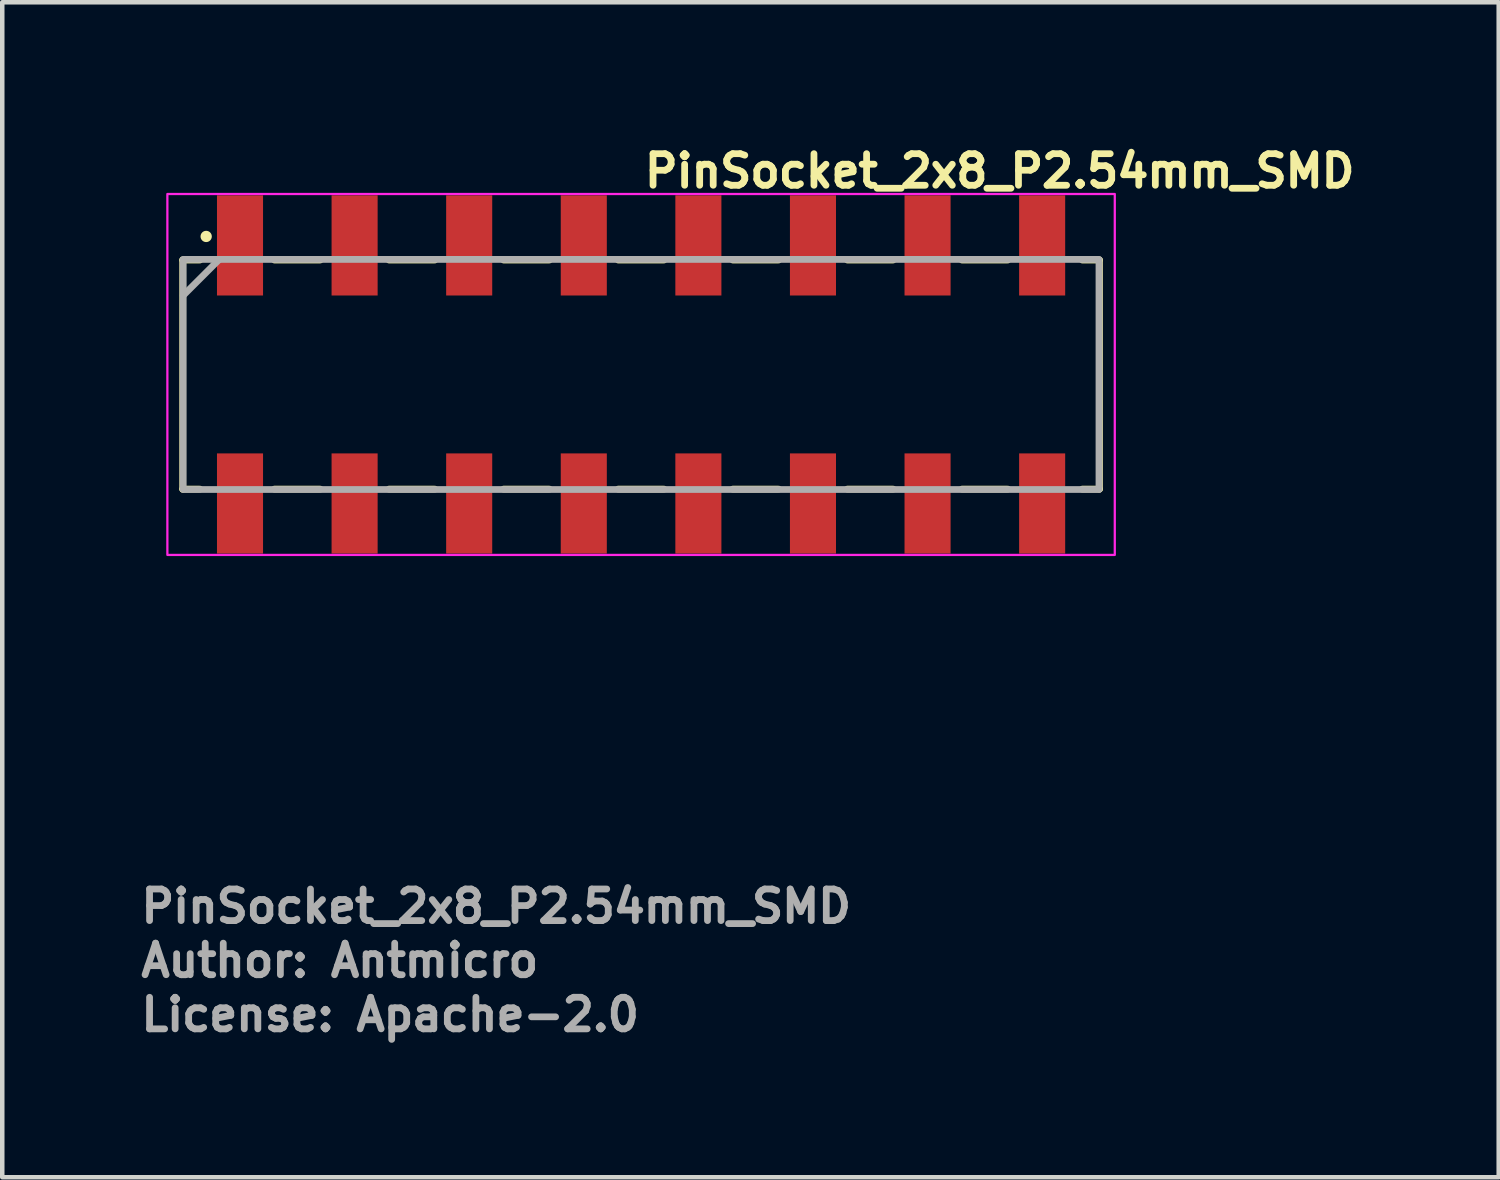
<source format=kicad_pcb>
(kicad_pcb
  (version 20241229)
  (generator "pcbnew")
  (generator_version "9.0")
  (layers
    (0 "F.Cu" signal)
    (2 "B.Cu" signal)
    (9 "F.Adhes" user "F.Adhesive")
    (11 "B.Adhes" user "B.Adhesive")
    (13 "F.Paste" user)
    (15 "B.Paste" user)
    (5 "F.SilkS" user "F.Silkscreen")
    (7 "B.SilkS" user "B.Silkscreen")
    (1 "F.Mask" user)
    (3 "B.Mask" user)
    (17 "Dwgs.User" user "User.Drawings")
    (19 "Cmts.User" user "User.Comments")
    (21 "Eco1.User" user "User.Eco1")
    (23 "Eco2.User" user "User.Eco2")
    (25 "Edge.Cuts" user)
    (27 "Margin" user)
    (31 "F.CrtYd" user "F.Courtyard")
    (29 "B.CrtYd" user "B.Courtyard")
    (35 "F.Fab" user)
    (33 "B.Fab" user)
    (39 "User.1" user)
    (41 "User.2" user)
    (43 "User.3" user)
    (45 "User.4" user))
  (footprint "PinSocket_2x8_P2.54mm_SMD"
    (layer "F.Cu")
    (at 11.16 5.25)
    (property "Reference" "PinSocket_2x8_P2.54mm_SMD" (at 0 -4.1 0) (unlocked yes) (layer "F.SilkS") (effects (font (size 0.7 0.7) (thickness 0.15)) (justify left bottom)))
    (attr smd)
    (fp_line (start -10.16 -2.537) (end -9.779 -2.537) (stroke (width 0.15) (type solid)) (layer "F.SilkS"))
    (fp_line (start -10.16 2.542) (end -10.16 -2.537) (stroke (width 0.15) (type solid)) (layer "F.SilkS"))
    (fp_line (start -10.16 2.542) (end -9.779 2.542) (stroke (width 0.15) (type solid)) (layer "F.SilkS"))
    (fp_line (start -8.128 -2.537) (end -7.112 -2.537) (stroke (width 0.15) (type solid)) (layer "F.SilkS"))
    (fp_line (start -8.128 2.542) (end -7.112 2.542) (stroke (width 0.15) (type solid)) (layer "F.SilkS"))
    (fp_line (start -5.588 -2.537) (end -4.572 -2.537) (stroke (width 0.15) (type solid)) (layer "F.SilkS"))
    (fp_line (start -5.588 2.542) (end -4.572 2.542) (stroke (width 0.15) (type solid)) (layer "F.SilkS"))
    (fp_line (start -3.048 -2.537) (end -2.032 -2.537) (stroke (width 0.15) (type solid)) (layer "F.SilkS"))
    (fp_line (start -3.048 2.542) (end -2.032 2.542) (stroke (width 0.15) (type solid)) (layer "F.SilkS"))
    (fp_line (start -0.508 -2.537) (end 0.508 -2.537) (stroke (width 0.15) (type solid)) (layer "F.SilkS"))
    (fp_line (start -0.508 2.542) (end 0.508 2.542) (stroke (width 0.15) (type solid)) (layer "F.SilkS"))
    (fp_line (start 2.032 -2.537) (end 3.048 -2.537) (stroke (width 0.15) (type solid)) (layer "F.SilkS"))
    (fp_line (start 2.032 2.542) (end 3.048 2.542) (stroke (width 0.15) (type solid)) (layer "F.SilkS"))
    (fp_line (start 4.572 -2.537) (end 5.588 -2.537) (stroke (width 0.15) (type solid)) (layer "F.SilkS"))
    (fp_line (start 4.572 2.542) (end 5.588 2.542) (stroke (width 0.15) (type solid)) (layer "F.SilkS"))
    (fp_line (start 7.112 -2.537) (end 8.128 -2.537) (stroke (width 0.15) (type solid)) (layer "F.SilkS"))
    (fp_line (start 7.112 2.542) (end 8.128 2.542) (stroke (width 0.15) (type solid)) (layer "F.SilkS"))
    (fp_line (start 9.779 -2.537) (end 10.16 -2.537) (stroke (width 0.15) (type solid)) (layer "F.SilkS"))
    (fp_line (start 9.779 2.542) (end 10.16 2.542) (stroke (width 0.15) (type solid)) (layer "F.SilkS"))
    (fp_line (start 10.16 2.542) (end 10.16 -2.537) (stroke (width 0.15) (type solid)) (layer "F.SilkS"))
    (fp_circle (center -9.64 -3.059) (end -9.59 -3.059) (stroke (width 0.15) (type solid)) (fill yes) (layer "F.SilkS"))
    (fp_rect (start -10.5 -4) (end 10.5 4) (stroke (width 0.05) (type solid)) (fill no) (layer "F.CrtYd"))
    (fp_line (start -9.35 -2.55) (end -10.15 -1.75) (stroke (width 0.15) (type solid)) (layer "F.Fab"))
    (fp_rect (start -10.15 -2.55) (end 10.15 2.55) (stroke (width 0.15) (type solid)) (fill no) (layer "F.Fab"))
    (fp_rect (start -10.16 -3.517) (end 10.16 3.517) (stroke (width 0.1) (type solid)) (fill no) (layer "User.5"))
    (fp_line (start -10.16 -2.54) (end -10.16 2.54) (stroke (width 0.02) (type solid)) (layer "User.9"))
    (fp_line (start -10.16 2.54) (end 10.16 2.54) (stroke (width 0.02) (type solid)) (layer "User.9"))
    (fp_line (start -9.334 -1.714) (end -9.334 -0.825) (stroke (width 0.02) (type solid)) (layer "User.9"))
    (fp_line (start -9.334 -0.825) (end -8.445 -0.825) (stroke (width 0.02) (type solid)) (layer "User.9"))
    (fp_line (start -9.334 0.825) (end -9.334 1.714) (stroke (width 0.02) (type solid)) (layer "User.9"))
    (fp_line (start -9.334 1.714) (end -8.445 1.714) (stroke (width 0.02) (type solid)) (layer "User.9"))
    (fp_line (start -9.144 -3.517) (end -9.144 -2.54) (stroke (width 0.02) (type solid)) (layer "User.9"))
    (fp_line (start -9.144 2.54) (end -9.144 3.517) (stroke (width 0.02) (type solid)) (layer "User.9"))
    (fp_line (start -8.635 -3.517) (end -9.144 -3.517) (stroke (width 0.02) (type solid)) (layer "User.9"))
    (fp_line (start -8.635 -3.517) (end -8.635 -2.54) (stroke (width 0.02) (type solid)) (layer "User.9"))
    (fp_line (start -8.635 2.54) (end -8.635 3.517) (stroke (width 0.02) (type solid)) (layer "User.9"))
    (fp_line (start -8.635 3.517) (end -9.144 3.517) (stroke (width 0.02) (type solid)) (layer "User.9"))
    (fp_line (start -8.445 -1.714) (end -9.334 -1.714) (stroke (width 0.02) (type solid)) (layer "User.9"))
    (fp_line (start -8.445 -1.714) (end -9.144 -1.714) (stroke (width 0.02) (type solid)) (layer "User.9"))
    (fp_line (start -8.445 -0.825) (end -8.445 -1.714) (stroke (width 0.02) (type solid)) (layer "User.9"))
    (fp_line (start -8.445 0.825) (end -9.334 0.825) (stroke (width 0.02) (type solid)) (layer "User.9"))
    (fp_line (start -8.445 1.714) (end -9.144 1.714) (stroke (width 0.02) (type solid)) (layer "User.9"))
    (fp_line (start -8.445 1.714) (end -8.445 0.825) (stroke (width 0.02) (type solid)) (layer "User.9"))
    (fp_line (start -7.81 -0.762) (end -7.429 -0.762) (stroke (width 0.02) (type solid)) (layer "User.9"))
    (fp_line (start -7.81 0.762) (end -7.81 -0.762) (stroke (width 0.02) (type solid)) (layer "User.9"))
    (fp_line (start -7.81 0.762) (end -7.429 0.762) (stroke (width 0.02) (type solid)) (layer "User.9"))
    (fp_line (start -7.429 -0.762) (end -7.429 0.762) (stroke (width 0.02) (type solid)) (layer "User.9"))
    (fp_line (start -6.794 -1.714) (end -6.794 -0.825) (stroke (width 0.02) (type solid)) (layer "User.9"))
    (fp_line (start -6.794 -0.825) (end -5.905 -0.825) (stroke (width 0.02) (type solid)) (layer "User.9"))
    (fp_line (start -6.794 0.825) (end -6.794 1.714) (stroke (width 0.02) (type solid)) (layer "User.9"))
    (fp_line (start -6.794 1.714) (end -5.905 1.714) (stroke (width 0.02) (type solid)) (layer "User.9"))
    (fp_line (start -6.604 -2.54) (end -6.604 -3.517) (stroke (width 0.02) (type solid)) (layer "User.9"))
    (fp_line (start -6.604 3.517) (end -6.604 2.54) (stroke (width 0.02) (type solid)) (layer "User.9"))
    (fp_line (start -6.096 -3.517) (end -6.604 -3.517) (stroke (width 0.02) (type solid)) (layer "User.9"))
    (fp_line (start -6.096 -3.517) (end -6.096 -2.54) (stroke (width 0.02) (type solid)) (layer "User.9"))
    (fp_line (start -6.096 2.54) (end -6.096 3.517) (stroke (width 0.02) (type solid)) (layer "User.9"))
    (fp_line (start -6.096 3.517) (end -6.604 3.517) (stroke (width 0.02) (type solid)) (layer "User.9"))
    (fp_line (start -5.905 -1.714) (end -6.794 -1.714) (stroke (width 0.02) (type solid)) (layer "User.9"))
    (fp_line (start -5.905 -1.714) (end -6.794 -1.714) (stroke (width 0.02) (type solid)) (layer "User.9"))
    (fp_line (start -5.905 -0.825) (end -5.905 -1.714) (stroke (width 0.02) (type solid)) (layer "User.9"))
    (fp_line (start -5.905 0.825) (end -6.794 0.825) (stroke (width 0.02) (type solid)) (layer "User.9"))
    (fp_line (start -5.905 1.714) (end -6.794 1.714) (stroke (width 0.02) (type solid)) (layer "User.9"))
    (fp_line (start -5.905 1.714) (end -5.905 0.825) (stroke (width 0.02) (type solid)) (layer "User.9"))
    (fp_line (start -5.27 -0.762) (end -5.016 -0.762) (stroke (width 0.02) (type solid)) (layer "User.9"))
    (fp_line (start -5.27 0.762) (end -5.27 -0.762) (stroke (width 0.02) (type solid)) (layer "User.9"))
    (fp_line (start -5.27 0.762) (end -5.016 0.762) (stroke (width 0.02) (type solid)) (layer "User.9"))
    (fp_line (start -5.016 -2.476) (end -5.016 1.333) (stroke (width 0.02) (type solid)) (layer "User.9"))
    (fp_line (start -5.016 1.333) (end -3.873 2.476) (stroke (width 0.02) (type solid)) (layer "User.9"))
    (fp_line (start -4.064 -2.54) (end -4.064 -3.517) (stroke (width 0.02) (type solid)) (layer "User.9"))
    (fp_line (start -4.064 3.517) (end -4.064 2.54) (stroke (width 0.02) (type solid)) (layer "User.9"))
    (fp_line (start -3.873 2.476) (end 5.016 2.476) (stroke (width 0.02) (type solid)) (layer "User.9"))
    (fp_line (start -3.556 -3.517) (end -4.064 -3.517) (stroke (width 0.02) (type solid)) (layer "User.9"))
    (fp_line (start -3.556 -3.517) (end -3.556 -2.54) (stroke (width 0.02) (type solid)) (layer "User.9"))
    (fp_line (start -3.556 2.54) (end -3.556 3.517) (stroke (width 0.02) (type solid)) (layer "User.9"))
    (fp_line (start -3.556 3.517) (end -4.064 3.517) (stroke (width 0.02) (type solid)) (layer "User.9"))
    (fp_line (start -1.524 -2.54) (end -1.524 -3.517) (stroke (width 0.02) (type solid)) (layer "User.9"))
    (fp_line (start -1.524 3.517) (end -1.524 2.54) (stroke (width 0.02) (type solid)) (layer "User.9"))
    (fp_line (start -1.016 -3.517) (end -1.524 -3.517) (stroke (width 0.02) (type solid)) (layer "User.9"))
    (fp_line (start -1.016 -3.517) (end -1.016 -2.54) (stroke (width 0.02) (type solid)) (layer "User.9"))
    (fp_line (start -1.016 2.54) (end -1.016 3.517) (stroke (width 0.02) (type solid)) (layer "User.9"))
    (fp_line (start -1.016 3.517) (end -1.524 3.517) (stroke (width 0.02) (type solid)) (layer "User.9"))
    (fp_line (start 1.016 -2.54) (end 1.016 -3.517) (stroke (width 0.02) (type solid)) (layer "User.9"))
    (fp_line (start 1.016 3.517) (end 1.016 2.54) (stroke (width 0.02) (type solid)) (layer "User.9"))
    (fp_line (start 1.524 -3.517) (end 1.016 -3.517) (stroke (width 0.02) (type solid)) (layer "User.9"))
    (fp_line (start 1.524 -3.517) (end 1.524 -2.54) (stroke (width 0.02) (type solid)) (layer "User.9"))
    (fp_line (start 1.524 2.54) (end 1.524 3.517) (stroke (width 0.02) (type solid)) (layer "User.9"))
    (fp_line (start 1.524 3.517) (end 1.016 3.517) (stroke (width 0.02) (type solid)) (layer "User.9"))
    (fp_line (start 3.556 -2.54) (end 3.556 -3.517) (stroke (width 0.02) (type solid)) (layer "User.9"))
    (fp_line (start 3.556 3.517) (end 3.556 2.54) (stroke (width 0.02) (type solid)) (layer "User.9"))
    (fp_line (start 4.064 -3.517) (end 3.556 -3.517) (stroke (width 0.02) (type solid)) (layer "User.9"))
    (fp_line (start 4.064 -3.517) (end 4.064 -2.54) (stroke (width 0.02) (type solid)) (layer "User.9"))
    (fp_line (start 4.064 2.54) (end 4.064 3.517) (stroke (width 0.02) (type solid)) (layer "User.9"))
    (fp_line (start 4.064 3.517) (end 3.556 3.517) (stroke (width 0.02) (type solid)) (layer "User.9"))
    (fp_line (start 5.016 -2.476) (end -5.016 -2.476) (stroke (width 0.02) (type solid)) (layer "User.9"))
    (fp_line (start 5.016 -0.762) (end 5.27 -0.762) (stroke (width 0.02) (type solid)) (layer "User.9"))
    (fp_line (start 5.016 0.762) (end 5.27 0.762) (stroke (width 0.02) (type solid)) (layer "User.9"))
    (fp_line (start 5.016 2.476) (end 5.016 -2.476) (stroke (width 0.02) (type solid)) (layer "User.9"))
    (fp_line (start 5.27 -0.762) (end 5.27 0.762) (stroke (width 0.02) (type solid)) (layer "User.9"))
    (fp_line (start 5.905 -1.714) (end 5.905 -0.825) (stroke (width 0.02) (type solid)) (layer "User.9"))
    (fp_line (start 5.905 -0.825) (end 6.794 -0.825) (stroke (width 0.02) (type solid)) (layer "User.9"))
    (fp_line (start 5.905 0.825) (end 5.905 1.714) (stroke (width 0.02) (type solid)) (layer "User.9"))
    (fp_line (start 5.905 1.714) (end 6.794 1.714) (stroke (width 0.02) (type solid)) (layer "User.9"))
    (fp_line (start 6.096 -2.54) (end 6.096 -3.517) (stroke (width 0.02) (type solid)) (layer "User.9"))
    (fp_line (start 6.096 3.517) (end 6.096 2.54) (stroke (width 0.02) (type solid)) (layer "User.9"))
    (fp_line (start 6.604 -3.517) (end 6.096 -3.517) (stroke (width 0.02) (type solid)) (layer "User.9"))
    (fp_line (start 6.604 -3.517) (end 6.604 -2.54) (stroke (width 0.02) (type solid)) (layer "User.9"))
    (fp_line (start 6.604 2.54) (end 6.604 3.517) (stroke (width 0.02) (type solid)) (layer "User.9"))
    (fp_line (start 6.604 3.517) (end 6.096 3.517) (stroke (width 0.02) (type solid)) (layer "User.9"))
    (fp_line (start 6.794 -1.714) (end 5.905 -1.714) (stroke (width 0.02) (type solid)) (layer "User.9"))
    (fp_line (start 6.794 -1.714) (end 5.905 -1.714) (stroke (width 0.02) (type solid)) (layer "User.9"))
    (fp_line (start 6.794 -0.825) (end 6.794 -1.714) (stroke (width 0.02) (type solid)) (layer "User.9"))
    (fp_line (start 6.794 0.825) (end 5.905 0.825) (stroke (width 0.02) (type solid)) (layer "User.9"))
    (fp_line (start 6.794 1.714) (end 5.905 1.714) (stroke (width 0.02) (type solid)) (layer "User.9"))
    (fp_line (start 6.794 1.714) (end 6.794 0.825) (stroke (width 0.02) (type solid)) (layer "User.9"))
    (fp_line (start 7.429 -0.762) (end 7.81 -0.762) (stroke (width 0.02) (type solid)) (layer "User.9"))
    (fp_line (start 7.429 0.762) (end 7.429 -0.762) (stroke (width 0.02) (type solid)) (layer "User.9"))
    (fp_line (start 7.429 0.762) (end 7.81 0.762) (stroke (width 0.02) (type solid)) (layer "User.9"))
    (fp_line (start 7.81 -0.762) (end 7.81 0.762) (stroke (width 0.02) (type solid)) (layer "User.9"))
    (fp_line (start 8.445 -1.714) (end 8.445 -0.825) (stroke (width 0.02) (type solid)) (layer "User.9"))
    (fp_line (start 8.445 -0.825) (end 9.334 -0.825) (stroke (width 0.02) (type solid)) (layer "User.9"))
    (fp_line (start 8.445 0.825) (end 8.445 1.714) (stroke (width 0.02) (type solid)) (layer "User.9"))
    (fp_line (start 8.445 1.714) (end 9.334 1.714) (stroke (width 0.02) (type solid)) (layer "User.9"))
    (fp_line (start 8.635 -2.54) (end 8.635 -3.517) (stroke (width 0.02) (type solid)) (layer "User.9"))
    (fp_line (start 8.635 3.517) (end 8.635 2.54) (stroke (width 0.02) (type solid)) (layer "User.9"))
    (fp_line (start 9.144 -3.517) (end 8.635 -3.517) (stroke (width 0.02) (type solid)) (layer "User.9"))
    (fp_line (start 9.144 -3.517) (end 9.144 -2.54) (stroke (width 0.02) (type solid)) (layer "User.9"))
    (fp_line (start 9.144 -1.714) (end 8.445 -1.714) (stroke (width 0.02) (type solid)) (layer "User.9"))
    (fp_line (start 9.144 1.714) (end 8.445 1.714) (stroke (width 0.02) (type solid)) (layer "User.9"))
    (fp_line (start 9.144 2.54) (end 9.144 3.517) (stroke (width 0.02) (type solid)) (layer "User.9"))
    (fp_line (start 9.144 3.517) (end 8.635 3.517) (stroke (width 0.02) (type solid)) (layer "User.9"))
    (fp_line (start 9.334 -1.714) (end 8.445 -1.714) (stroke (width 0.02) (type solid)) (layer "User.9"))
    (fp_line (start 9.334 -0.825) (end 9.334 -1.714) (stroke (width 0.02) (type solid)) (layer "User.9"))
    (fp_line (start 9.334 0.825) (end 8.445 0.825) (stroke (width 0.02) (type solid)) (layer "User.9"))
    (fp_line (start 9.334 1.714) (end 9.334 0.825) (stroke (width 0.02) (type solid)) (layer "User.9"))
    (fp_line (start 10.16 -2.54) (end -10.16 -2.54) (stroke (width 0.02) (type solid)) (layer "User.9"))
    (fp_line (start 10.16 2.54) (end 10.16 -2.54) (stroke (width 0.02) (type solid)) (layer "User.9"))
    (fp_text user "${REFERENCE}" (at -11.16 12.199 0) (unlocked yes) (layer "F.Fab") (effects (font (size 0.7 0.7) (thickness 0.15)) (justify left bottom)))
    (fp_text user "Author: Antmicro" (at -11.16 13.399 0) (layer "F.Fab") (effects (font (size 0.7 0.7) (thickness 0.15)) (justify left bottom)))
    (fp_text user "License: Apache-2.0" (at -11.16 14.599 0) (layer "F.Fab") (effects (font (size 0.7 0.7) (thickness 0.15)) (justify left bottom)))
    (pad "1" smd rect (at -8.89 -2.86 180) (size 1.021 2.22) (layers "F.Cu" "F.Mask" "F.Paste"))
    (pad "2" smd rect (at -8.89 2.86 180) (size 1.021 2.22) (layers "F.Cu" "F.Mask" "F.Paste"))
    (pad "3" smd rect (at -6.35 -2.86 180) (size 1.021 2.22) (layers "F.Cu" "F.Mask" "F.Paste"))
    (pad "4" smd rect (at -6.35 2.86 180) (size 1.021 2.22) (layers "F.Cu" "F.Mask" "F.Paste"))
    (pad "5" smd rect (at -3.81 -2.86 180) (size 1.021 2.22) (layers "F.Cu" "F.Mask" "F.Paste"))
    (pad "6" smd rect (at -3.81 2.86 180) (size 1.021 2.22) (layers "F.Cu" "F.Mask" "F.Paste"))
    (pad "7" smd rect (at -1.27 -2.86 180) (size 1.021 2.22) (layers "F.Cu" "F.Mask" "F.Paste"))
    (pad "8" smd rect (at -1.27 2.86 180) (size 1.021 2.22) (layers "F.Cu" "F.Mask" "F.Paste"))
    (pad "9" smd rect (at 1.27 -2.86 180) (size 1.021 2.22) (layers "F.Cu" "F.Mask" "F.Paste"))
    (pad "10" smd rect (at 1.27 2.86 180) (size 1.021 2.22) (layers "F.Cu" "F.Mask" "F.Paste"))
    (pad "11" smd rect (at 3.81 -2.86 180) (size 1.021 2.22) (layers "F.Cu" "F.Mask" "F.Paste"))
    (pad "12" smd rect (at 3.81 2.86 180) (size 1.021 2.22) (layers "F.Cu" "F.Mask" "F.Paste"))
    (pad "13" smd rect (at 6.35 -2.86 180) (size 1.021 2.22) (layers "F.Cu" "F.Mask" "F.Paste"))
    (pad "14" smd rect (at 6.35 2.86 180) (size 1.021 2.22) (layers "F.Cu" "F.Mask" "F.Paste"))
    (pad "15" smd rect (at 8.89 -2.86 180) (size 1.021 2.22) (layers "F.Cu" "F.Mask" "F.Paste"))
    (pad "16" smd rect (at 8.89 2.86 180) (size 1.021 2.22) (layers "F.Cu" "F.Mask" "F.Paste")))
  (gr_rect
    (start -3 -3)
    (end 30.17 23.044)
    (stroke (width 0.1) (type default))
    (fill no)
    (layer "Edge.Cuts")))
</source>
